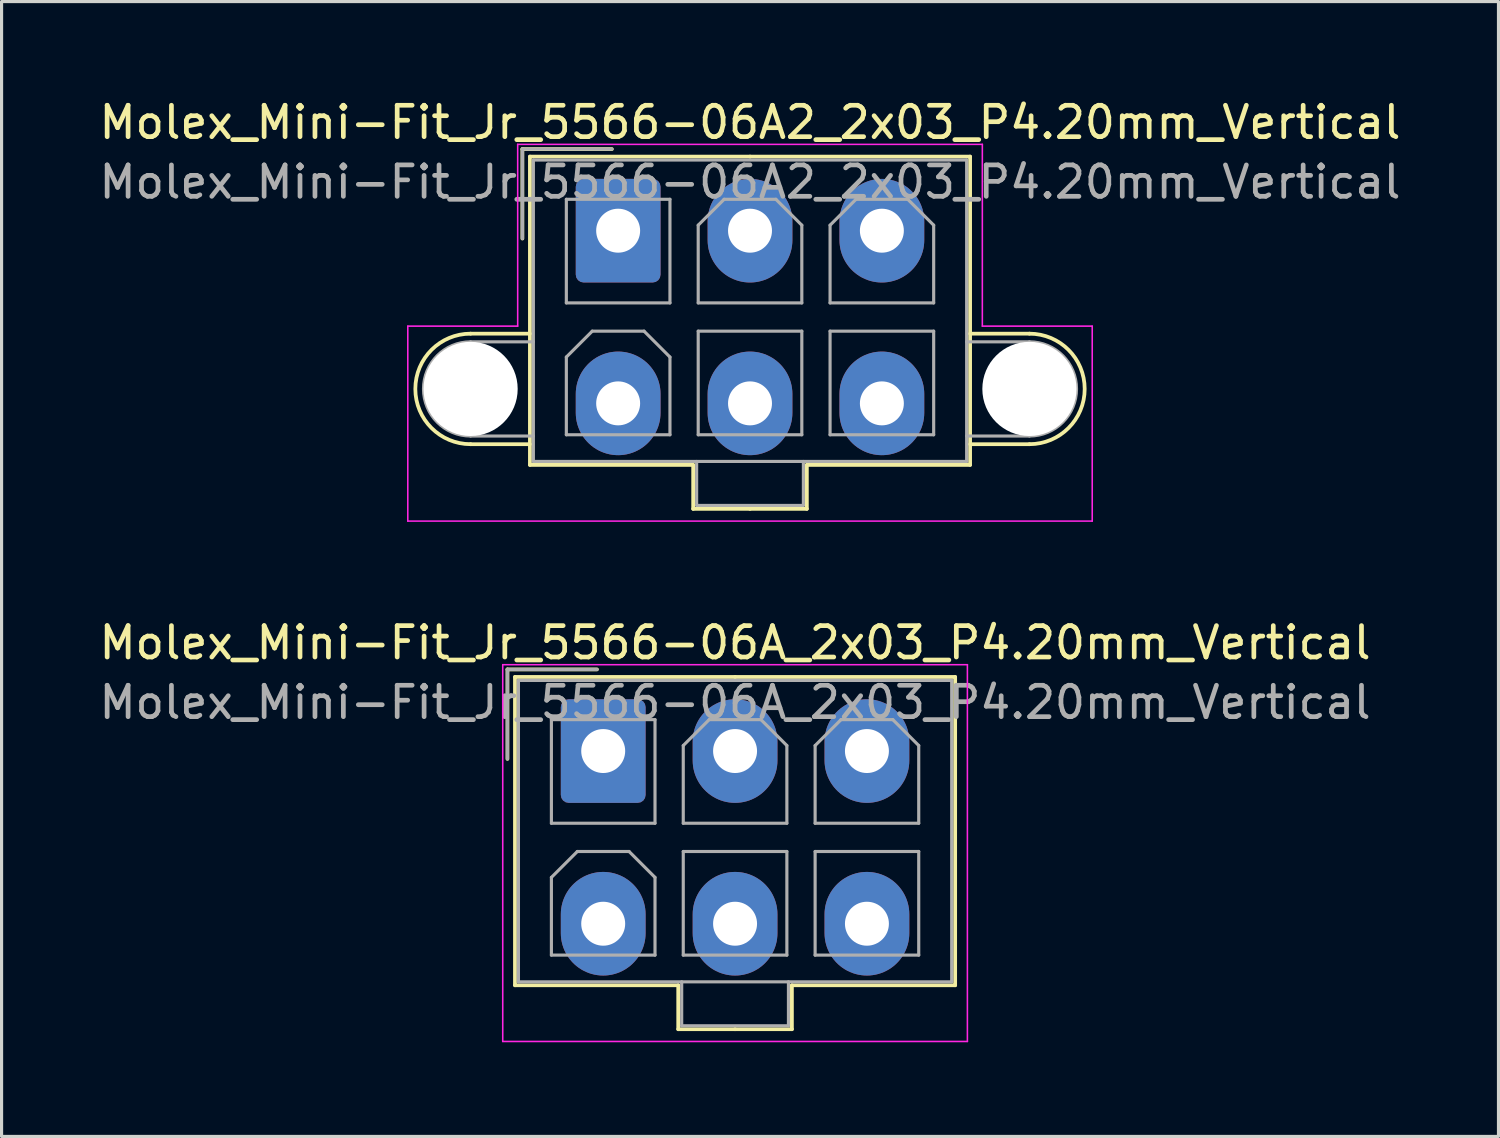
<source format=kicad_pcb>
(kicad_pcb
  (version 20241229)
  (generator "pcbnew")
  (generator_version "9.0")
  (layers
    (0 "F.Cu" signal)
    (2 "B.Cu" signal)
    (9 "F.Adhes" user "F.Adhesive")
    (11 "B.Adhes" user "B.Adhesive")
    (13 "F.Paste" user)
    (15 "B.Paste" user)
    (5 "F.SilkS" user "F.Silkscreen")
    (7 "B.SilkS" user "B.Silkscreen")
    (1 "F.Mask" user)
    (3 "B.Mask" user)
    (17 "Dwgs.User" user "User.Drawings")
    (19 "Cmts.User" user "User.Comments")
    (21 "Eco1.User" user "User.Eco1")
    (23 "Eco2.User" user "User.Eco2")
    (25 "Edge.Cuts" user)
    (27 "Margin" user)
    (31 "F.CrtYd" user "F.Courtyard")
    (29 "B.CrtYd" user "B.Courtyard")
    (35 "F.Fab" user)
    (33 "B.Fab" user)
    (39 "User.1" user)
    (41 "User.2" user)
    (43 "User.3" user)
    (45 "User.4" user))
  (footprint "Molex_Mini-Fit_Jr_5566-06A2_2x03_P4.20mm_Vertical"
    (layer "F.Cu")
    (at 16.639 4.298)
    (property "Reference" "Molex_Mini-Fit_Jr_5566-06A2_2x03_P4.20mm_Vertical" (at 4.2 -3.45 0) (layer "F.SilkS") (effects (font (size 1 1) (thickness 0.15))))
    (attr through_hole)
    (fp_line (start -4.7 3.28) (end -2.81 3.28) (stroke (width 0.12) (type solid)) (layer "F.SilkS"))
    (fp_line (start -4.7 6.8) (end -2.81 6.8) (stroke (width 0.12) (type solid)) (layer "F.SilkS"))
    (fp_line (start -3.05 -2.6) (end -3.05 0.25) (stroke (width 0.12) (type solid)) (layer "F.SilkS"))
    (fp_line (start -2.81 -2.36) (end -2.81 7.46) (stroke (width 0.12) (type solid)) (layer "F.SilkS"))
    (fp_line (start -2.81 7.46) (end 2.39 7.46) (stroke (width 0.12) (type solid)) (layer "F.SilkS"))
    (fp_line (start -0.2 -2.6) (end -3.05 -2.6) (stroke (width 0.12) (type solid)) (layer "F.SilkS"))
    (fp_line (start 2.39 7.46) (end 2.39 8.86) (stroke (width 0.12) (type solid)) (layer "F.SilkS"))
    (fp_line (start 2.39 8.86) (end 4.2 8.86) (stroke (width 0.12) (type solid)) (layer "F.SilkS"))
    (fp_line (start 4.2 -2.36) (end -2.81 -2.36) (stroke (width 0.12) (type solid)) (layer "F.SilkS"))
    (fp_line (start 4.2 -2.36) (end 11.21 -2.36) (stroke (width 0.12) (type solid)) (layer "F.SilkS"))
    (fp_line (start 6.01 7.46) (end 6.01 8.86) (stroke (width 0.12) (type solid)) (layer "F.SilkS"))
    (fp_line (start 6.01 8.86) (end 4.2 8.86) (stroke (width 0.12) (type solid)) (layer "F.SilkS"))
    (fp_line (start 11.21 -2.36) (end 11.21 7.46) (stroke (width 0.12) (type solid)) (layer "F.SilkS"))
    (fp_line (start 11.21 7.46) (end 6.01 7.46) (stroke (width 0.12) (type solid)) (layer "F.SilkS"))
    (fp_line (start 13.1 3.28) (end 11.21 3.28) (stroke (width 0.12) (type solid)) (layer "F.SilkS"))
    (fp_line (start 13.1 6.8) (end 11.21 6.8) (stroke (width 0.12) (type solid)) (layer "F.SilkS"))
    (fp_arc (start -4.7 6.8) (mid -6.46 5.04) (end -4.7 3.28) (stroke (width 0.12) (type solid)) (layer "F.SilkS"))
    (fp_arc (start 13.1 3.28) (mid 14.86 5.04) (end 13.1 6.8) (stroke (width 0.12) (type solid)) (layer "F.SilkS"))
    (fp_line (start -6.7 3.04) (end -6.7 9.25) (stroke (width 0.05) (type solid)) (layer "F.CrtYd"))
    (fp_line (start -6.7 9.25) (end 15.1 9.25) (stroke (width 0.05) (type solid)) (layer "F.CrtYd"))
    (fp_line (start -3.2 -2.75) (end -3.2 3.04) (stroke (width 0.05) (type solid)) (layer "F.CrtYd"))
    (fp_line (start -3.2 3.04) (end -6.7 3.04) (stroke (width 0.05) (type solid)) (layer "F.CrtYd"))
    (fp_line (start 11.6 -2.75) (end -3.2 -2.75) (stroke (width 0.05) (type solid)) (layer "F.CrtYd"))
    (fp_line (start 11.6 3.04) (end 11.6 -2.75) (stroke (width 0.05) (type solid)) (layer "F.CrtYd"))
    (fp_line (start 15.1 3.04) (end 11.6 3.04) (stroke (width 0.05) (type solid)) (layer "F.CrtYd"))
    (fp_line (start 15.1 9.25) (end 15.1 3.04) (stroke (width 0.05) (type solid)) (layer "F.CrtYd"))
    (fp_line (start -4.7 3.54) (end -2.7 3.54) (stroke (width 0.1) (type solid)) (layer "F.Fab"))
    (fp_line (start -4.7 6.54) (end -2.7 6.54) (stroke (width 0.1) (type solid)) (layer "F.Fab"))
    (fp_line (start -3.05 -2.6) (end -3.05 0.25) (stroke (width 0.1) (type solid)) (layer "F.Fab"))
    (fp_line (start -2.7 -2.25) (end -2.7 7.35) (stroke (width 0.1) (type solid)) (layer "F.Fab"))
    (fp_line (start -2.7 7.35) (end 11.1 7.35) (stroke (width 0.1) (type solid)) (layer "F.Fab"))
    (fp_line (start -1.65 -1) (end -1.65 2.3) (stroke (width 0.1) (type solid)) (layer "F.Fab"))
    (fp_line (start -1.65 2.3) (end 1.65 2.3) (stroke (width 0.1) (type solid)) (layer "F.Fab"))
    (fp_line (start -1.65 4.025) (end -0.825 3.2) (stroke (width 0.1) (type solid)) (layer "F.Fab"))
    (fp_line (start -1.65 6.5) (end -1.65 4.025) (stroke (width 0.1) (type solid)) (layer "F.Fab"))
    (fp_line (start -0.825 3.2) (end 0.825 3.2) (stroke (width 0.1) (type solid)) (layer "F.Fab"))
    (fp_line (start -0.2 -2.6) (end -3.05 -2.6) (stroke (width 0.1) (type solid)) (layer "F.Fab"))
    (fp_line (start 0.825 3.2) (end 1.65 4.025) (stroke (width 0.1) (type solid)) (layer "F.Fab"))
    (fp_line (start 1.65 -1) (end -1.65 -1) (stroke (width 0.1) (type solid)) (layer "F.Fab"))
    (fp_line (start 1.65 2.3) (end 1.65 -1) (stroke (width 0.1) (type solid)) (layer "F.Fab"))
    (fp_line (start 1.65 4.025) (end 1.65 6.5) (stroke (width 0.1) (type solid)) (layer "F.Fab"))
    (fp_line (start 1.65 6.5) (end -1.65 6.5) (stroke (width 0.1) (type solid)) (layer "F.Fab"))
    (fp_line (start 2.5 7.35) (end 2.5 8.75) (stroke (width 0.1) (type solid)) (layer "F.Fab"))
    (fp_line (start 2.5 8.75) (end 5.9 8.75) (stroke (width 0.1) (type solid)) (layer "F.Fab"))
    (fp_line (start 2.55 -0.175) (end 3.375 -1) (stroke (width 0.1) (type solid)) (layer "F.Fab"))
    (fp_line (start 2.55 2.3) (end 2.55 -0.175) (stroke (width 0.1) (type solid)) (layer "F.Fab"))
    (fp_line (start 2.55 3.2) (end 2.55 6.5) (stroke (width 0.1) (type solid)) (layer "F.Fab"))
    (fp_line (start 2.55 6.5) (end 5.85 6.5) (stroke (width 0.1) (type solid)) (layer "F.Fab"))
    (fp_line (start 3.375 -1) (end 5.025 -1) (stroke (width 0.1) (type solid)) (layer "F.Fab"))
    (fp_line (start 5.025 -1) (end 5.85 -0.175) (stroke (width 0.1) (type solid)) (layer "F.Fab"))
    (fp_line (start 5.85 -0.175) (end 5.85 2.3) (stroke (width 0.1) (type solid)) (layer "F.Fab"))
    (fp_line (start 5.85 2.3) (end 2.55 2.3) (stroke (width 0.1) (type solid)) (layer "F.Fab"))
    (fp_line (start 5.85 3.2) (end 2.55 3.2) (stroke (width 0.1) (type solid)) (layer "F.Fab"))
    (fp_line (start 5.85 6.5) (end 5.85 3.2) (stroke (width 0.1) (type solid)) (layer "F.Fab"))
    (fp_line (start 5.9 8.75) (end 5.9 7.35) (stroke (width 0.1) (type solid)) (layer "F.Fab"))
    (fp_line (start 6.75 -0.175) (end 7.575 -1) (stroke (width 0.1) (type solid)) (layer "F.Fab"))
    (fp_line (start 6.75 2.3) (end 6.75 -0.175) (stroke (width 0.1) (type solid)) (layer "F.Fab"))
    (fp_line (start 6.75 3.2) (end 6.75 6.5) (stroke (width 0.1) (type solid)) (layer "F.Fab"))
    (fp_line (start 6.75 6.5) (end 10.05 6.5) (stroke (width 0.1) (type solid)) (layer "F.Fab"))
    (fp_line (start 7.575 -1) (end 9.225 -1) (stroke (width 0.1) (type solid)) (layer "F.Fab"))
    (fp_line (start 9.225 -1) (end 10.05 -0.175) (stroke (width 0.1) (type solid)) (layer "F.Fab"))
    (fp_line (start 10.05 -0.175) (end 10.05 2.3) (stroke (width 0.1) (type solid)) (layer "F.Fab"))
    (fp_line (start 10.05 2.3) (end 6.75 2.3) (stroke (width 0.1) (type solid)) (layer "F.Fab"))
    (fp_line (start 10.05 3.2) (end 6.75 3.2) (stroke (width 0.1) (type solid)) (layer "F.Fab"))
    (fp_line (start 10.05 6.5) (end 10.05 3.2) (stroke (width 0.1) (type solid)) (layer "F.Fab"))
    (fp_line (start 11.1 -2.25) (end -2.7 -2.25) (stroke (width 0.1) (type solid)) (layer "F.Fab"))
    (fp_line (start 11.1 7.35) (end 11.1 -2.25) (stroke (width 0.1) (type solid)) (layer "F.Fab"))
    (fp_line (start 13.1 3.54) (end 11.1 3.54) (stroke (width 0.1) (type solid)) (layer "F.Fab"))
    (fp_line (start 13.1 6.54) (end 11.1 6.54) (stroke (width 0.1) (type solid)) (layer "F.Fab"))
    (fp_arc (start -4.7 6.54) (mid -6.2 5.04) (end -4.7 3.54) (stroke (width 0.1) (type solid)) (layer "F.Fab"))
    (fp_arc (start 13.1 3.54) (mid 14.6 5.04) (end 13.1 6.54) (stroke (width 0.1) (type solid)) (layer "F.Fab"))
    (fp_text user "${REFERENCE}" (at 4.2 -1.55 0) (layer "F.Fab") (effects (font (size 1 1) (thickness 0.15))))
    (pad "" np_thru_hole circle (at -4.7 5.04) (size 3 3) (drill 3) (layers "*.Cu" "*.Mask"))
    (pad "" np_thru_hole circle (at 13.1 5.04) (size 3 3) (drill 3) (layers "*.Cu" "*.Mask"))
    (pad "1" thru_hole roundrect (at 0 0) (size 2.7 3.3) (drill 1.4) (layers "*.Cu" "*.Mask") (roundrect_rratio 0.093))
    (pad "2" thru_hole oval (at 4.2 0) (size 2.7 3.3) (drill 1.4) (layers "*.Cu" "*.Mask"))
    (pad "3" thru_hole oval (at 8.4 0) (size 2.7 3.3) (drill 1.4) (layers "*.Cu" "*.Mask"))
    (pad "4" thru_hole oval (at 0 5.5) (size 2.7 3.3) (drill 1.4) (layers "*.Cu" "*.Mask"))
    (pad "5" thru_hole oval (at 4.2 5.5) (size 2.7 3.3) (drill 1.4) (layers "*.Cu" "*.Mask"))
    (pad "6" thru_hole oval (at 8.4 5.5) (size 2.7 3.3) (drill 1.4) (layers "*.Cu" "*.Mask")))
  (footprint "Molex_Mini-Fit_Jr_5566-06A_2x03_P4.20mm_Vertical"
    (layer "F.Cu")
    (at 16.163 20.872)
    (property "Reference" "Molex_Mini-Fit_Jr_5566-06A_2x03_P4.20mm_Vertical" (at 4.2 -3.45 0) (layer "F.SilkS") (effects (font (size 1 1) (thickness 0.15))))
    (attr through_hole)
    (fp_line (start -3.05 -2.6) (end -3.05 0.25) (stroke (width 0.12) (type solid)) (layer "F.SilkS"))
    (fp_line (start -2.81 -2.36) (end -2.81 7.46) (stroke (width 0.12) (type solid)) (layer "F.SilkS"))
    (fp_line (start -2.81 7.46) (end 2.39 7.46) (stroke (width 0.12) (type solid)) (layer "F.SilkS"))
    (fp_line (start -0.2 -2.6) (end -3.05 -2.6) (stroke (width 0.12) (type solid)) (layer "F.SilkS"))
    (fp_line (start 2.39 7.46) (end 2.39 8.86) (stroke (width 0.12) (type solid)) (layer "F.SilkS"))
    (fp_line (start 2.39 8.86) (end 4.2 8.86) (stroke (width 0.12) (type solid)) (layer "F.SilkS"))
    (fp_line (start 4.2 -2.36) (end -2.81 -2.36) (stroke (width 0.12) (type solid)) (layer "F.SilkS"))
    (fp_line (start 4.2 -2.36) (end 11.21 -2.36) (stroke (width 0.12) (type solid)) (layer "F.SilkS"))
    (fp_line (start 6.01 7.46) (end 6.01 8.86) (stroke (width 0.12) (type solid)) (layer "F.SilkS"))
    (fp_line (start 6.01 8.86) (end 4.2 8.86) (stroke (width 0.12) (type solid)) (layer "F.SilkS"))
    (fp_line (start 11.21 -2.36) (end 11.21 7.46) (stroke (width 0.12) (type solid)) (layer "F.SilkS"))
    (fp_line (start 11.21 7.46) (end 6.01 7.46) (stroke (width 0.12) (type solid)) (layer "F.SilkS"))
    (fp_line (start -3.2 -2.75) (end -3.2 9.25) (stroke (width 0.05) (type solid)) (layer "F.CrtYd"))
    (fp_line (start -3.2 9.25) (end 11.6 9.25) (stroke (width 0.05) (type solid)) (layer "F.CrtYd"))
    (fp_line (start 11.6 -2.75) (end -3.2 -2.75) (stroke (width 0.05) (type solid)) (layer "F.CrtYd"))
    (fp_line (start 11.6 9.25) (end 11.6 -2.75) (stroke (width 0.05) (type solid)) (layer "F.CrtYd"))
    (fp_line (start -3.05 -2.6) (end -3.05 0.25) (stroke (width 0.1) (type solid)) (layer "F.Fab"))
    (fp_line (start -2.7 -2.25) (end -2.7 7.35) (stroke (width 0.1) (type solid)) (layer "F.Fab"))
    (fp_line (start -2.7 7.35) (end 11.1 7.35) (stroke (width 0.1) (type solid)) (layer "F.Fab"))
    (fp_line (start -1.65 -1) (end -1.65 2.3) (stroke (width 0.1) (type solid)) (layer "F.Fab"))
    (fp_line (start -1.65 2.3) (end 1.65 2.3) (stroke (width 0.1) (type solid)) (layer "F.Fab"))
    (fp_line (start -1.65 4.025) (end -0.825 3.2) (stroke (width 0.1) (type solid)) (layer "F.Fab"))
    (fp_line (start -1.65 6.5) (end -1.65 4.025) (stroke (width 0.1) (type solid)) (layer "F.Fab"))
    (fp_line (start -0.825 3.2) (end 0.825 3.2) (stroke (width 0.1) (type solid)) (layer "F.Fab"))
    (fp_line (start -0.2 -2.6) (end -3.05 -2.6) (stroke (width 0.1) (type solid)) (layer "F.Fab"))
    (fp_line (start 0.825 3.2) (end 1.65 4.025) (stroke (width 0.1) (type solid)) (layer "F.Fab"))
    (fp_line (start 1.65 -1) (end -1.65 -1) (stroke (width 0.1) (type solid)) (layer "F.Fab"))
    (fp_line (start 1.65 2.3) (end 1.65 -1) (stroke (width 0.1) (type solid)) (layer "F.Fab"))
    (fp_line (start 1.65 4.025) (end 1.65 6.5) (stroke (width 0.1) (type solid)) (layer "F.Fab"))
    (fp_line (start 1.65 6.5) (end -1.65 6.5) (stroke (width 0.1) (type solid)) (layer "F.Fab"))
    (fp_line (start 2.5 7.35) (end 2.5 8.75) (stroke (width 0.1) (type solid)) (layer "F.Fab"))
    (fp_line (start 2.5 8.75) (end 5.9 8.75) (stroke (width 0.1) (type solid)) (layer "F.Fab"))
    (fp_line (start 2.55 -0.175) (end 3.375 -1) (stroke (width 0.1) (type solid)) (layer "F.Fab"))
    (fp_line (start 2.55 2.3) (end 2.55 -0.175) (stroke (width 0.1) (type solid)) (layer "F.Fab"))
    (fp_line (start 2.55 3.2) (end 2.55 6.5) (stroke (width 0.1) (type solid)) (layer "F.Fab"))
    (fp_line (start 2.55 6.5) (end 5.85 6.5) (stroke (width 0.1) (type solid)) (layer "F.Fab"))
    (fp_line (start 3.375 -1) (end 5.025 -1) (stroke (width 0.1) (type solid)) (layer "F.Fab"))
    (fp_line (start 5.025 -1) (end 5.85 -0.175) (stroke (width 0.1) (type solid)) (layer "F.Fab"))
    (fp_line (start 5.85 -0.175) (end 5.85 2.3) (stroke (width 0.1) (type solid)) (layer "F.Fab"))
    (fp_line (start 5.85 2.3) (end 2.55 2.3) (stroke (width 0.1) (type solid)) (layer "F.Fab"))
    (fp_line (start 5.85 3.2) (end 2.55 3.2) (stroke (width 0.1) (type solid)) (layer "F.Fab"))
    (fp_line (start 5.85 6.5) (end 5.85 3.2) (stroke (width 0.1) (type solid)) (layer "F.Fab"))
    (fp_line (start 5.9 8.75) (end 5.9 7.35) (stroke (width 0.1) (type solid)) (layer "F.Fab"))
    (fp_line (start 6.75 -0.175) (end 7.575 -1) (stroke (width 0.1) (type solid)) (layer "F.Fab"))
    (fp_line (start 6.75 2.3) (end 6.75 -0.175) (stroke (width 0.1) (type solid)) (layer "F.Fab"))
    (fp_line (start 6.75 3.2) (end 6.75 6.5) (stroke (width 0.1) (type solid)) (layer "F.Fab"))
    (fp_line (start 6.75 6.5) (end 10.05 6.5) (stroke (width 0.1) (type solid)) (layer "F.Fab"))
    (fp_line (start 7.575 -1) (end 9.225 -1) (stroke (width 0.1) (type solid)) (layer "F.Fab"))
    (fp_line (start 9.225 -1) (end 10.05 -0.175) (stroke (width 0.1) (type solid)) (layer "F.Fab"))
    (fp_line (start 10.05 -0.175) (end 10.05 2.3) (stroke (width 0.1) (type solid)) (layer "F.Fab"))
    (fp_line (start 10.05 2.3) (end 6.75 2.3) (stroke (width 0.1) (type solid)) (layer "F.Fab"))
    (fp_line (start 10.05 3.2) (end 6.75 3.2) (stroke (width 0.1) (type solid)) (layer "F.Fab"))
    (fp_line (start 10.05 6.5) (end 10.05 3.2) (stroke (width 0.1) (type solid)) (layer "F.Fab"))
    (fp_line (start 11.1 -2.25) (end -2.7 -2.25) (stroke (width 0.1) (type solid)) (layer "F.Fab"))
    (fp_line (start 11.1 7.35) (end 11.1 -2.25) (stroke (width 0.1) (type solid)) (layer "F.Fab"))
    (fp_text user "${REFERENCE}" (at 4.2 -1.55 0) (layer "F.Fab") (effects (font (size 1 1) (thickness 0.15))))
    (pad "1" thru_hole roundrect (at 0 0) (size 2.7 3.3) (drill 1.4) (layers "*.Cu" "*.Mask") (roundrect_rratio 0.093))
    (pad "2" thru_hole oval (at 4.2 0) (size 2.7 3.3) (drill 1.4) (layers "*.Cu" "*.Mask"))
    (pad "3" thru_hole oval (at 8.4 0) (size 2.7 3.3) (drill 1.4) (layers "*.Cu" "*.Mask"))
    (pad "4" thru_hole oval (at 0 5.5) (size 2.7 3.3) (drill 1.4) (layers "*.Cu" "*.Mask"))
    (pad "5" thru_hole oval (at 4.2 5.5) (size 2.7 3.3) (drill 1.4) (layers "*.Cu" "*.Mask"))
    (pad "6" thru_hole oval (at 8.4 5.5) (size 2.7 3.3) (drill 1.4) (layers "*.Cu" "*.Mask")))
  (gr_rect
    (start -3 -3)
    (end 44.679 33.147)
    (stroke (width 0.1) (type default))
    (fill no)
    (layer "Edge.Cuts")))
</source>
